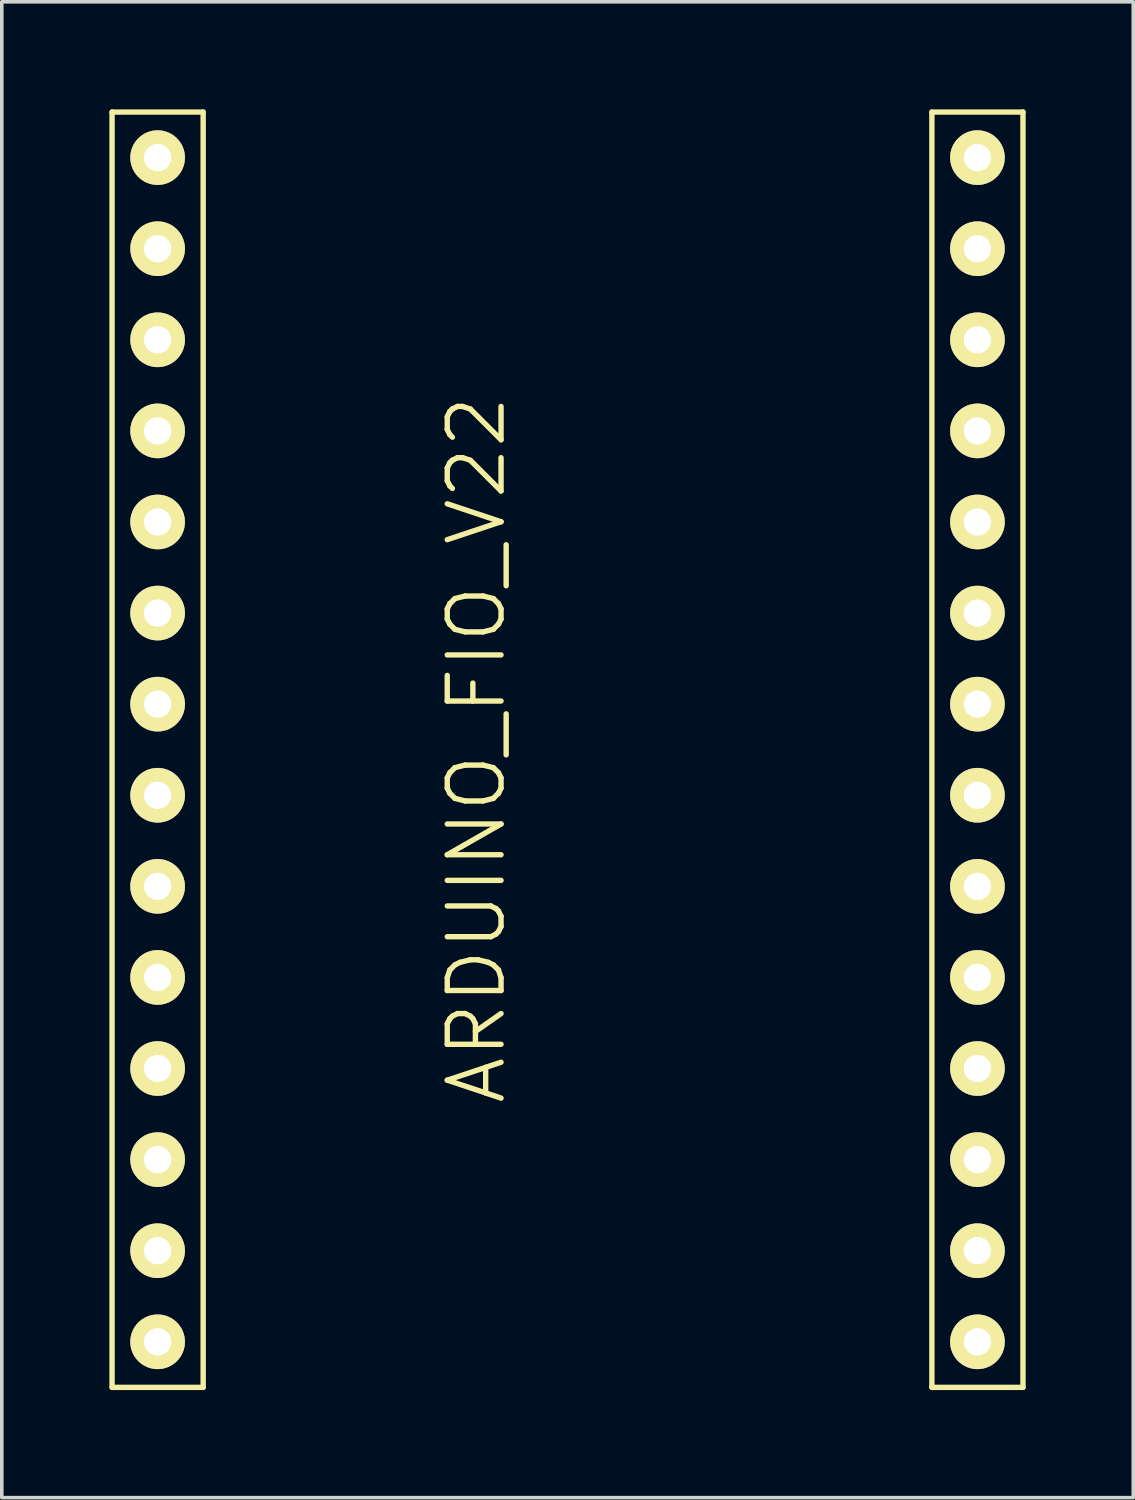
<source format=kicad_pcb>
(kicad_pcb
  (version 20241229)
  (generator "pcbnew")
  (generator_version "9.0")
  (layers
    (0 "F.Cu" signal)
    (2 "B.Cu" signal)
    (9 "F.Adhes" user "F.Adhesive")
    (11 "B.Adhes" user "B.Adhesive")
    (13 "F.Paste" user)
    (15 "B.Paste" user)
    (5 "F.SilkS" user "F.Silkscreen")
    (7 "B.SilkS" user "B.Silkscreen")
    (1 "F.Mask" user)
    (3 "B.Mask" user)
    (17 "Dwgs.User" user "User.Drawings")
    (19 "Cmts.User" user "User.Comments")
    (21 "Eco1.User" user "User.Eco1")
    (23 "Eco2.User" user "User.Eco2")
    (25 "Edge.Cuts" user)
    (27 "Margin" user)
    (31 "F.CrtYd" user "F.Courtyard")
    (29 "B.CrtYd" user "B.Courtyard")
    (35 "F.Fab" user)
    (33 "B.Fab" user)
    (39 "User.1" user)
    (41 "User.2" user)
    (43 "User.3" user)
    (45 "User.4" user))
  (footprint "ARDUINO_FIO_V22"
    (layer "F.Cu")
    (at 12.775 17.855)
    (property "Reference" "ARDUINO_FIO_V22" (at -2.54 0 90) (layer "F.SilkS") (effects (font (size 1.5 1.5) (thickness 0.15))))
    (attr through_hole)
    (fp_line (start -12.7 -17.78) (end -10.16 -17.78) (stroke (width 0.15) (type solid)) (layer "F.SilkS"))
    (fp_line (start -12.7 17.78) (end -12.7 -17.78) (stroke (width 0.15) (type solid)) (layer "F.SilkS"))
    (fp_line (start -10.16 -17.78) (end -10.16 17.78) (stroke (width 0.15) (type solid)) (layer "F.SilkS"))
    (fp_line (start -10.16 17.78) (end -12.7 17.78) (stroke (width 0.15) (type solid)) (layer "F.SilkS"))
    (fp_line (start 10.16 -17.78) (end 12.7 -17.78) (stroke (width 0.15) (type solid)) (layer "F.SilkS"))
    (fp_line (start 10.16 17.78) (end 10.16 -17.78) (stroke (width 0.15) (type solid)) (layer "F.SilkS"))
    (fp_line (start 12.7 -17.78) (end 12.7 17.78) (stroke (width 0.15) (type solid)) (layer "F.SilkS"))
    (fp_line (start 12.7 17.78) (end 10.16 17.78) (stroke (width 0.15) (type solid)) (layer "F.SilkS"))
    (pad "2" thru_hole circle (at -11.43 -11.43) (size 1.524 1.524) (drill 0.762) (layers "*.Cu" "*.Mask" "F.SilkS"))
    (pad "3" thru_hole circle (at -11.43 -8.89) (size 1.524 1.524) (drill 0.762) (layers "*.Cu" "*.Mask" "F.SilkS"))
    (pad "3V31" thru_hole circle (at -11.43 -16.51) (size 1.524 1.524) (drill 0.762) (layers "*.Cu" "*.Mask" "F.SilkS"))
    (pad "3V32" thru_hole circle (at 11.43 -11.43) (size 1.524 1.524) (drill 0.762) (layers "*.Cu" "*.Mask" "F.SilkS"))
    (pad "4" thru_hole circle (at -11.43 -6.35) (size 1.524 1.524) (drill 0.762) (layers "*.Cu" "*.Mask" "F.SilkS"))
    (pad "5" thru_hole circle (at -11.43 -3.81) (size 1.524 1.524) (drill 0.762) (layers "*.Cu" "*.Mask" "F.SilkS"))
    (pad "6" thru_hole circle (at -11.43 -1.27) (size 1.524 1.524) (drill 0.762) (layers "*.Cu" "*.Mask" "F.SilkS"))
    (pad "7" thru_hole circle (at -11.43 1.27) (size 1.524 1.524) (drill 0.762) (layers "*.Cu" "*.Mask" "F.SilkS"))
    (pad "8" thru_hole circle (at -11.43 3.81) (size 1.524 1.524) (drill 0.762) (layers "*.Cu" "*.Mask" "F.SilkS"))
    (pad "9" thru_hole circle (at -11.43 6.35) (size 1.524 1.524) (drill 0.762) (layers "*.Cu" "*.Mask" "F.SilkS"))
    (pad "10" thru_hole circle (at -11.43 8.89) (size 1.524 1.524) (drill 0.762) (layers "*.Cu" "*.Mask" "F.SilkS"))
    (pad "11" thru_hole circle (at -11.43 11.43) (size 1.524 1.524) (drill 0.762) (layers "*.Cu" "*.Mask" "F.SilkS"))
    (pad "12" thru_hole circle (at -11.43 13.97) (size 1.524 1.524) (drill 0.762) (layers "*.Cu" "*.Mask" "F.SilkS"))
    (pad "13" thru_hole circle (at -11.43 16.51) (size 1.524 1.524) (drill 0.762) (layers "*.Cu" "*.Mask" "F.SilkS"))
    (pad "A0" thru_hole circle (at 11.43 -1.27) (size 1.524 1.524) (drill 0.762) (layers "*.Cu" "*.Mask" "F.SilkS"))
    (pad "A1" thru_hole circle (at 11.43 1.27) (size 1.524 1.524) (drill 0.762) (layers "*.Cu" "*.Mask" "F.SilkS"))
    (pad "A2" thru_hole circle (at 11.43 3.81) (size 1.524 1.524) (drill 0.762) (layers "*.Cu" "*.Mask" "F.SilkS"))
    (pad "A3" thru_hole circle (at 11.43 6.35) (size 1.524 1.524) (drill 0.762) (layers "*.Cu" "*.Mask" "F.SilkS"))
    (pad "A4" thru_hole circle (at 11.43 8.89) (size 1.524 1.524) (drill 0.762) (layers "*.Cu" "*.Mask" "F.SilkS"))
    (pad "A5" thru_hole circle (at 11.43 11.43) (size 1.524 1.524) (drill 0.762) (layers "*.Cu" "*.Mask" "F.SilkS"))
    (pad "A6" thru_hole circle (at 11.43 13.97) (size 1.524 1.524) (drill 0.762) (layers "*.Cu" "*.Mask" "F.SilkS"))
    (pad "A7" thru_hole circle (at 11.43 16.51) (size 1.524 1.524) (drill 0.762) (layers "*.Cu" "*.Mask" "F.SilkS"))
    (pad "AREF" thru_hole circle (at 11.43 -13.97) (size 1.524 1.524) (drill 0.762) (layers "*.Cu" "*.Mask" "F.SilkS"))
    (pad "DTR" thru_hole circle (at 11.43 -3.81) (size 1.524 1.524) (drill 0.762) (layers "*.Cu" "*.Mask" "F.SilkS"))
    (pad "GND1" thru_hole circle (at -11.43 -13.97) (size 1.524 1.524) (drill 0.762) (layers "*.Cu" "*.Mask" "F.SilkS"))
    (pad "GND2" thru_hole circle (at 11.43 -16.51) (size 1.524 1.524) (drill 0.762) (layers "*.Cu" "*.Mask" "F.SilkS"))
    (pad "RX" thru_hole circle (at 11.43 -8.89) (size 1.524 1.524) (drill 0.762) (layers "*.Cu" "*.Mask" "F.SilkS"))
    (pad "TX" thru_hole circle (at 11.43 -6.35) (size 1.524 1.524) (drill 0.762) (layers "*.Cu" "*.Mask" "F.SilkS")))
  (gr_rect
    (start -3 -3)
    (end 28.55 38.71)
    (stroke (width 0.1) (type default))
    (fill no)
    (layer "Edge.Cuts")))
</source>
